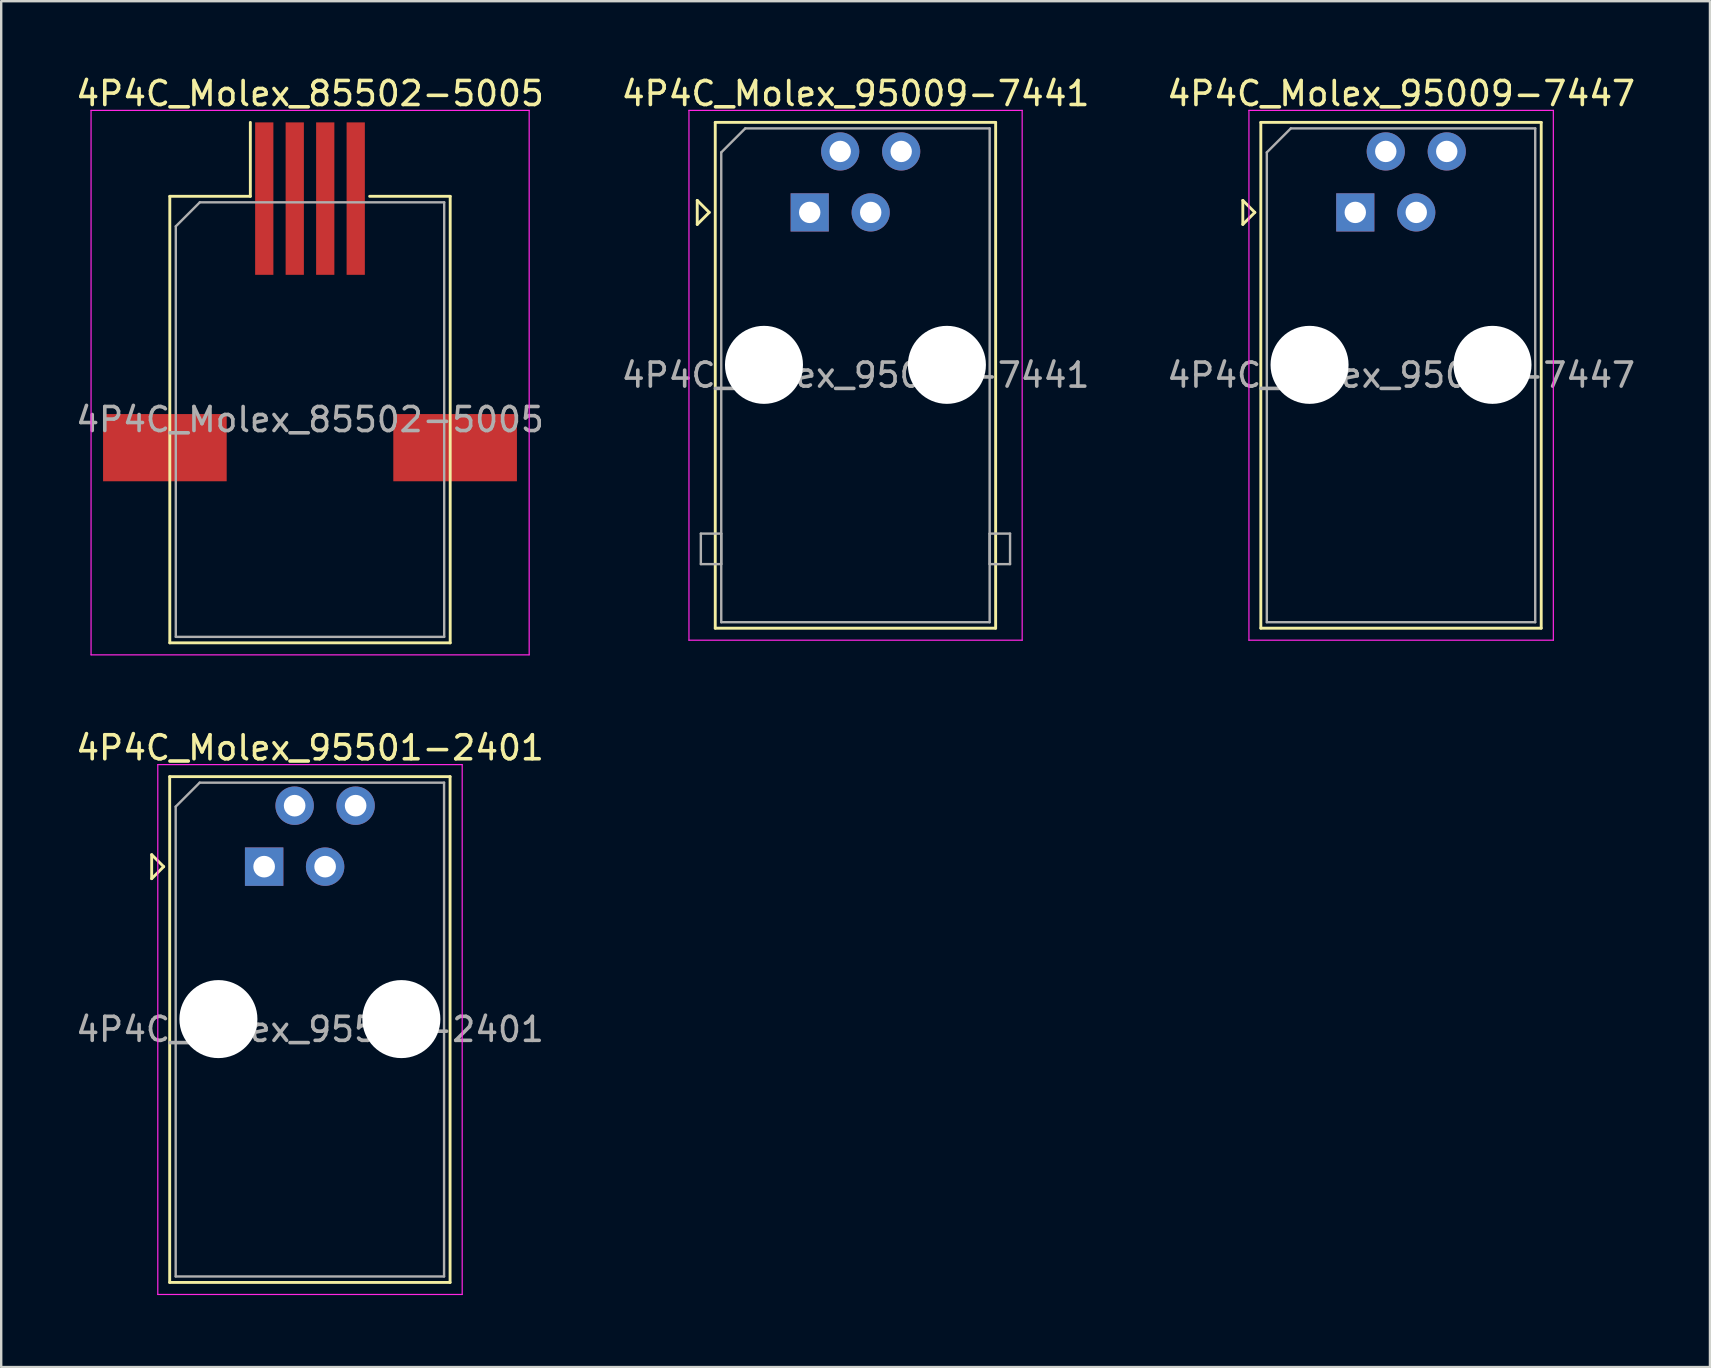
<source format=kicad_pcb>
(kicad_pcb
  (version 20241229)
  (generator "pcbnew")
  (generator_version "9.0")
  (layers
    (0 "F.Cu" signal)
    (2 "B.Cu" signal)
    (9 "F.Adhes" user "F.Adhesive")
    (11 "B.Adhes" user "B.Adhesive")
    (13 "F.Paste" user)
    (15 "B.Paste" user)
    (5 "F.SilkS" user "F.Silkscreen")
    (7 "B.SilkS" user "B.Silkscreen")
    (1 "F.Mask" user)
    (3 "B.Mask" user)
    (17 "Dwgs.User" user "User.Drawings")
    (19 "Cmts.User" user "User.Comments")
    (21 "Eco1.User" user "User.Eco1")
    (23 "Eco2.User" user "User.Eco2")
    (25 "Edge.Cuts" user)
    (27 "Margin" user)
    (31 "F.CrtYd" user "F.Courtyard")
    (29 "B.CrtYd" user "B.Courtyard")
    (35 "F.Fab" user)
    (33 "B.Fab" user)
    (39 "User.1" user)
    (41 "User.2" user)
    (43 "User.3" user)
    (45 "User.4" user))
  (footprint "4P4C_Molex_95009-7447"
    (layer "F.Cu")
    (at 53.405 5.798)
    (property "Reference" "4P4C_Molex_95009-7447" (at 1.91 -4.95 0) (layer "F.SilkS") (effects (font (size 1 1) (thickness 0.15))))
    (attr through_hole)
    (fp_line (start -4.685 -0.5) (end -4.685 0.5) (stroke (width 0.12) (type solid)) (layer "F.SilkS"))
    (fp_line (start -4.685 0.5) (end -4.185 0) (stroke (width 0.12) (type solid)) (layer "F.SilkS"))
    (fp_line (start -4.185 0) (end -4.685 -0.5) (stroke (width 0.12) (type solid)) (layer "F.SilkS"))
    (fp_line (start -3.935 -3.75) (end -3.935 17.32) (stroke (width 0.12) (type solid)) (layer "F.SilkS"))
    (fp_line (start -3.935 17.32) (end 7.745 17.32) (stroke (width 0.12) (type solid)) (layer "F.SilkS"))
    (fp_line (start 7.745 -3.75) (end -3.935 -3.75) (stroke (width 0.12) (type solid)) (layer "F.SilkS"))
    (fp_line (start 7.745 17.32) (end 7.745 -3.75) (stroke (width 0.12) (type solid)) (layer "F.SilkS"))
    (fp_line (start -4.43 -4.25) (end -4.43 17.82) (stroke (width 0.05) (type solid)) (layer "F.CrtYd"))
    (fp_line (start -4.43 17.82) (end 8.25 17.82) (stroke (width 0.05) (type solid)) (layer "F.CrtYd"))
    (fp_line (start 8.25 -4.25) (end -4.43 -4.25) (stroke (width 0.05) (type solid)) (layer "F.CrtYd"))
    (fp_line (start 8.25 17.82) (end 8.25 -4.25) (stroke (width 0.05) (type solid)) (layer "F.CrtYd"))
    (fp_line (start -3.685 -2.5) (end -3.685 17.07) (stroke (width 0.1) (type solid)) (layer "F.Fab"))
    (fp_line (start -3.685 17.07) (end 7.495 17.07) (stroke (width 0.1) (type solid)) (layer "F.Fab"))
    (fp_line (start -2.685 -3.5) (end -3.685 -2.5) (stroke (width 0.1) (type solid)) (layer "F.Fab"))
    (fp_line (start 7.495 -3.5) (end -2.685 -3.5) (stroke (width 0.1) (type solid)) (layer "F.Fab"))
    (fp_line (start 7.495 17.07) (end 7.495 -3.5) (stroke (width 0.1) (type solid)) (layer "F.Fab"))
    (fp_text user "${REFERENCE}" (at 1.91 6.78 0) (layer "F.Fab") (effects (font (size 1 1) (thickness 0.15))))
    (pad "" np_thru_hole circle (at -1.905 6.35) (size 3.25 3.25) (drill 3.25) (layers "*.Cu" "*.Mask"))
    (pad "" np_thru_hole circle (at 5.715 6.35) (size 3.25 3.25) (drill 3.25) (layers "*.Cu" "*.Mask"))
    (pad "1" thru_hole rect (at 0 0) (size 1.59 1.59) (drill 0.89) (layers "*.Cu" "*.Mask"))
    (pad "2" thru_hole circle (at 1.27 -2.54) (size 1.59 1.59) (drill 0.89) (layers "*.Cu" "*.Mask"))
    (pad "3" thru_hole circle (at 2.54 0) (size 1.59 1.59) (drill 0.89) (layers "*.Cu" "*.Mask"))
    (pad "4" thru_hole circle (at 3.81 -2.54) (size 1.59 1.59) (drill 0.89) (layers "*.Cu" "*.Mask")))
  (footprint "4P4C_Molex_95009-7441"
    (layer "F.Cu")
    (at 30.679 5.798)
    (property "Reference" "4P4C_Molex_95009-7441" (at 1.91 -4.95 0) (layer "F.SilkS") (effects (font (size 1 1) (thickness 0.15))))
    (attr through_hole)
    (fp_line (start -4.685 -0.5) (end -4.685 0.5) (stroke (width 0.12) (type solid)) (layer "F.SilkS"))
    (fp_line (start -4.685 0.5) (end -4.185 0) (stroke (width 0.12) (type solid)) (layer "F.SilkS"))
    (fp_line (start -4.185 0) (end -4.685 -0.5) (stroke (width 0.12) (type solid)) (layer "F.SilkS"))
    (fp_line (start -3.935 -3.75) (end -3.935 17.32) (stroke (width 0.12) (type solid)) (layer "F.SilkS"))
    (fp_line (start -3.935 17.32) (end 7.745 17.32) (stroke (width 0.12) (type solid)) (layer "F.SilkS"))
    (fp_line (start 7.745 -3.75) (end -3.935 -3.75) (stroke (width 0.12) (type solid)) (layer "F.SilkS"))
    (fp_line (start 7.745 17.32) (end 7.745 -3.75) (stroke (width 0.12) (type solid)) (layer "F.SilkS"))
    (fp_line (start -5.03 -4.25) (end -5.03 17.82) (stroke (width 0.05) (type solid)) (layer "F.CrtYd"))
    (fp_line (start -5.03 17.82) (end 8.85 17.82) (stroke (width 0.05) (type solid)) (layer "F.CrtYd"))
    (fp_line (start 8.85 -4.25) (end -5.03 -4.25) (stroke (width 0.05) (type solid)) (layer "F.CrtYd"))
    (fp_line (start 8.85 17.82) (end 8.85 -4.25) (stroke (width 0.05) (type solid)) (layer "F.CrtYd"))
    (fp_line (start -4.535 13.38) (end -4.535 14.65) (stroke (width 0.1) (type solid)) (layer "F.Fab"))
    (fp_line (start -4.535 14.65) (end -3.685 14.65) (stroke (width 0.1) (type solid)) (layer "F.Fab"))
    (fp_line (start -3.685 -2.5) (end -3.685 17.07) (stroke (width 0.1) (type solid)) (layer "F.Fab"))
    (fp_line (start -3.685 13.38) (end -4.535 13.38) (stroke (width 0.1) (type solid)) (layer "F.Fab"))
    (fp_line (start -3.685 14.65) (end -3.685 13.38) (stroke (width 0.1) (type solid)) (layer "F.Fab"))
    (fp_line (start -3.685 17.07) (end 7.495 17.07) (stroke (width 0.1) (type solid)) (layer "F.Fab"))
    (fp_line (start -2.685 -3.5) (end -3.685 -2.5) (stroke (width 0.1) (type solid)) (layer "F.Fab"))
    (fp_line (start 7.495 -3.5) (end -2.685 -3.5) (stroke (width 0.1) (type solid)) (layer "F.Fab"))
    (fp_line (start 7.495 13.38) (end 8.345 13.38) (stroke (width 0.1) (type solid)) (layer "F.Fab"))
    (fp_line (start 7.495 14.65) (end 7.495 13.38) (stroke (width 0.1) (type solid)) (layer "F.Fab"))
    (fp_line (start 7.495 17.07) (end 7.495 -3.5) (stroke (width 0.1) (type solid)) (layer "F.Fab"))
    (fp_line (start 8.345 13.38) (end 8.345 14.65) (stroke (width 0.1) (type solid)) (layer "F.Fab"))
    (fp_line (start 8.345 14.65) (end 7.495 14.65) (stroke (width 0.1) (type solid)) (layer "F.Fab"))
    (fp_text user "${REFERENCE}" (at 1.91 6.78 0) (layer "F.Fab") (effects (font (size 1 1) (thickness 0.15))))
    (pad "" np_thru_hole circle (at -1.905 6.35) (size 3.25 3.25) (drill 3.25) (layers "*.Cu" "*.Mask"))
    (pad "" np_thru_hole circle (at 5.715 6.35) (size 3.25 3.25) (drill 3.25) (layers "*.Cu" "*.Mask"))
    (pad "1" thru_hole rect (at 0 0) (size 1.59 1.59) (drill 0.89) (layers "*.Cu" "*.Mask"))
    (pad "2" thru_hole circle (at 1.27 -2.54) (size 1.59 1.59) (drill 0.89) (layers "*.Cu" "*.Mask"))
    (pad "3" thru_hole circle (at 2.54 0) (size 1.59 1.59) (drill 0.89) (layers "*.Cu" "*.Mask"))
    (pad "4" thru_hole circle (at 3.81 -2.54) (size 1.59 1.59) (drill 0.89) (layers "*.Cu" "*.Mask")))
  (footprint "4P4C_Molex_95501-2401"
    (layer "F.Cu")
    (at 7.953 33.051)
    (property "Reference" "4P4C_Molex_95501-2401" (at 1.91 -4.95 0) (layer "F.SilkS") (effects (font (size 1 1) (thickness 0.15))))
    (attr through_hole)
    (fp_line (start -4.685 -0.5) (end -4.685 0.5) (stroke (width 0.12) (type solid)) (layer "F.SilkS"))
    (fp_line (start -4.685 0.5) (end -4.185 0) (stroke (width 0.12) (type solid)) (layer "F.SilkS"))
    (fp_line (start -4.185 0) (end -4.685 -0.5) (stroke (width 0.12) (type solid)) (layer "F.SilkS"))
    (fp_line (start -3.935 -3.75) (end -3.935 17.32) (stroke (width 0.12) (type solid)) (layer "F.SilkS"))
    (fp_line (start -3.935 17.32) (end 7.745 17.32) (stroke (width 0.12) (type solid)) (layer "F.SilkS"))
    (fp_line (start 7.745 -3.75) (end -3.935 -3.75) (stroke (width 0.12) (type solid)) (layer "F.SilkS"))
    (fp_line (start 7.745 17.32) (end 7.745 -3.75) (stroke (width 0.12) (type solid)) (layer "F.SilkS"))
    (fp_line (start -4.43 -4.25) (end -4.43 17.82) (stroke (width 0.05) (type solid)) (layer "F.CrtYd"))
    (fp_line (start -4.43 17.82) (end 8.25 17.82) (stroke (width 0.05) (type solid)) (layer "F.CrtYd"))
    (fp_line (start 8.25 -4.25) (end -4.43 -4.25) (stroke (width 0.05) (type solid)) (layer "F.CrtYd"))
    (fp_line (start 8.25 17.82) (end 8.25 -4.25) (stroke (width 0.05) (type solid)) (layer "F.CrtYd"))
    (fp_line (start -3.685 -2.5) (end -3.685 17.07) (stroke (width 0.1) (type solid)) (layer "F.Fab"))
    (fp_line (start -3.685 17.07) (end 7.495 17.07) (stroke (width 0.1) (type solid)) (layer "F.Fab"))
    (fp_line (start -2.685 -3.5) (end -3.685 -2.5) (stroke (width 0.1) (type solid)) (layer "F.Fab"))
    (fp_line (start 7.495 -3.5) (end -2.685 -3.5) (stroke (width 0.1) (type solid)) (layer "F.Fab"))
    (fp_line (start 7.495 17.07) (end 7.495 -3.5) (stroke (width 0.1) (type solid)) (layer "F.Fab"))
    (fp_text user "${REFERENCE}" (at 1.91 6.78 0) (layer "F.Fab") (effects (font (size 1 1) (thickness 0.15))))
    (pad "" np_thru_hole circle (at -1.905 6.35) (size 3.25 3.25) (drill 3.25) (layers "*.Cu" "*.Mask"))
    (pad "" np_thru_hole circle (at 5.715 6.35) (size 3.25 3.25) (drill 3.25) (layers "*.Cu" "*.Mask"))
    (pad "1" thru_hole rect (at 0 0) (size 1.6 1.6) (drill 0.9) (layers "*.Cu" "*.Mask"))
    (pad "2" thru_hole circle (at 1.27 -2.54) (size 1.6 1.6) (drill 0.9) (layers "*.Cu" "*.Mask"))
    (pad "3" thru_hole circle (at 2.54 0) (size 1.6 1.6) (drill 0.9) (layers "*.Cu" "*.Mask"))
    (pad "4" thru_hole circle (at 3.81 -2.54) (size 1.6 1.6) (drill 0.9) (layers "*.Cu" "*.Mask")))
  (footprint "4P4C_Molex_85502-5005"
    (layer "F.Cu")
    (at 9.863 15.478)
    (property "Reference" "4P4C_Molex_85502-5005" (at 0 -14.63 0) (layer "F.SilkS") (effects (font (size 1 1) (thickness 0.15))))
    (attr smd)
    (fp_line (start -5.84 -10.35) (end -5.84 8.25) (stroke (width 0.12) (type solid)) (layer "F.SilkS"))
    (fp_line (start -5.84 8.25) (end 5.84 8.25) (stroke (width 0.12) (type solid)) (layer "F.SilkS"))
    (fp_line (start -2.485 -13.43) (end -2.485 -10.35) (stroke (width 0.12) (type solid)) (layer "F.SilkS"))
    (fp_line (start -2.485 -10.35) (end -5.84 -10.35) (stroke (width 0.12) (type solid)) (layer "F.SilkS"))
    (fp_line (start 5.84 -10.35) (end 2.485 -10.35) (stroke (width 0.12) (type solid)) (layer "F.SilkS"))
    (fp_line (start 5.84 8.25) (end 5.84 -10.35) (stroke (width 0.12) (type solid)) (layer "F.SilkS"))
    (fp_line (start -9.12 -13.93) (end -9.12 8.75) (stroke (width 0.05) (type solid)) (layer "F.CrtYd"))
    (fp_line (start -9.12 8.75) (end 9.13 8.75) (stroke (width 0.05) (type solid)) (layer "F.CrtYd"))
    (fp_line (start 9.13 -13.93) (end -9.12 -13.93) (stroke (width 0.05) (type solid)) (layer "F.CrtYd"))
    (fp_line (start 9.13 8.75) (end 9.13 -13.93) (stroke (width 0.05) (type solid)) (layer "F.CrtYd"))
    (fp_line (start -5.59 -9.1) (end -5.59 8) (stroke (width 0.1) (type solid)) (layer "F.Fab"))
    (fp_line (start -5.59 8) (end 5.59 8) (stroke (width 0.1) (type solid)) (layer "F.Fab"))
    (fp_line (start -4.59 -10.1) (end -5.59 -9.1) (stroke (width 0.1) (type solid)) (layer "F.Fab"))
    (fp_line (start 5.59 -10.1) (end -4.59 -10.1) (stroke (width 0.1) (type solid)) (layer "F.Fab"))
    (fp_line (start 5.59 8) (end 5.59 -10.1) (stroke (width 0.1) (type solid)) (layer "F.Fab"))
    (fp_text user "${REFERENCE}" (at 0 -1.05 0) (layer "F.Fab") (effects (font (size 1 1) (thickness 0.15))))
    (pad "" smd rect (at -6.045 0.12) (size 5.15 2.8) (layers "F.Cu" "F.Mask" "F.Paste"))
    (pad "" smd rect (at 6.045 0.12) (size 5.15 2.8) (layers "F.Cu" "F.Mask" "F.Paste"))
    (pad "1" smd rect (at -1.905 -10.255) (size 0.76 6.35) (layers "F.Cu" "F.Mask" "F.Paste"))
    (pad "2" smd rect (at -0.635 -10.255) (size 0.76 6.35) (layers "F.Cu" "F.Mask" "F.Paste"))
    (pad "3" smd rect (at 0.635 -10.255) (size 0.76 6.35) (layers "F.Cu" "F.Mask" "F.Paste"))
    (pad "4" smd rect (at 1.905 -10.255) (size 0.76 6.35) (layers "F.Cu" "F.Mask" "F.Paste")))
  (gr_rect
    (start -3 -3)
    (end 68.179 53.897)
    (stroke (width 0.1) (type default))
    (fill no)
    (layer "Edge.Cuts")))
</source>
